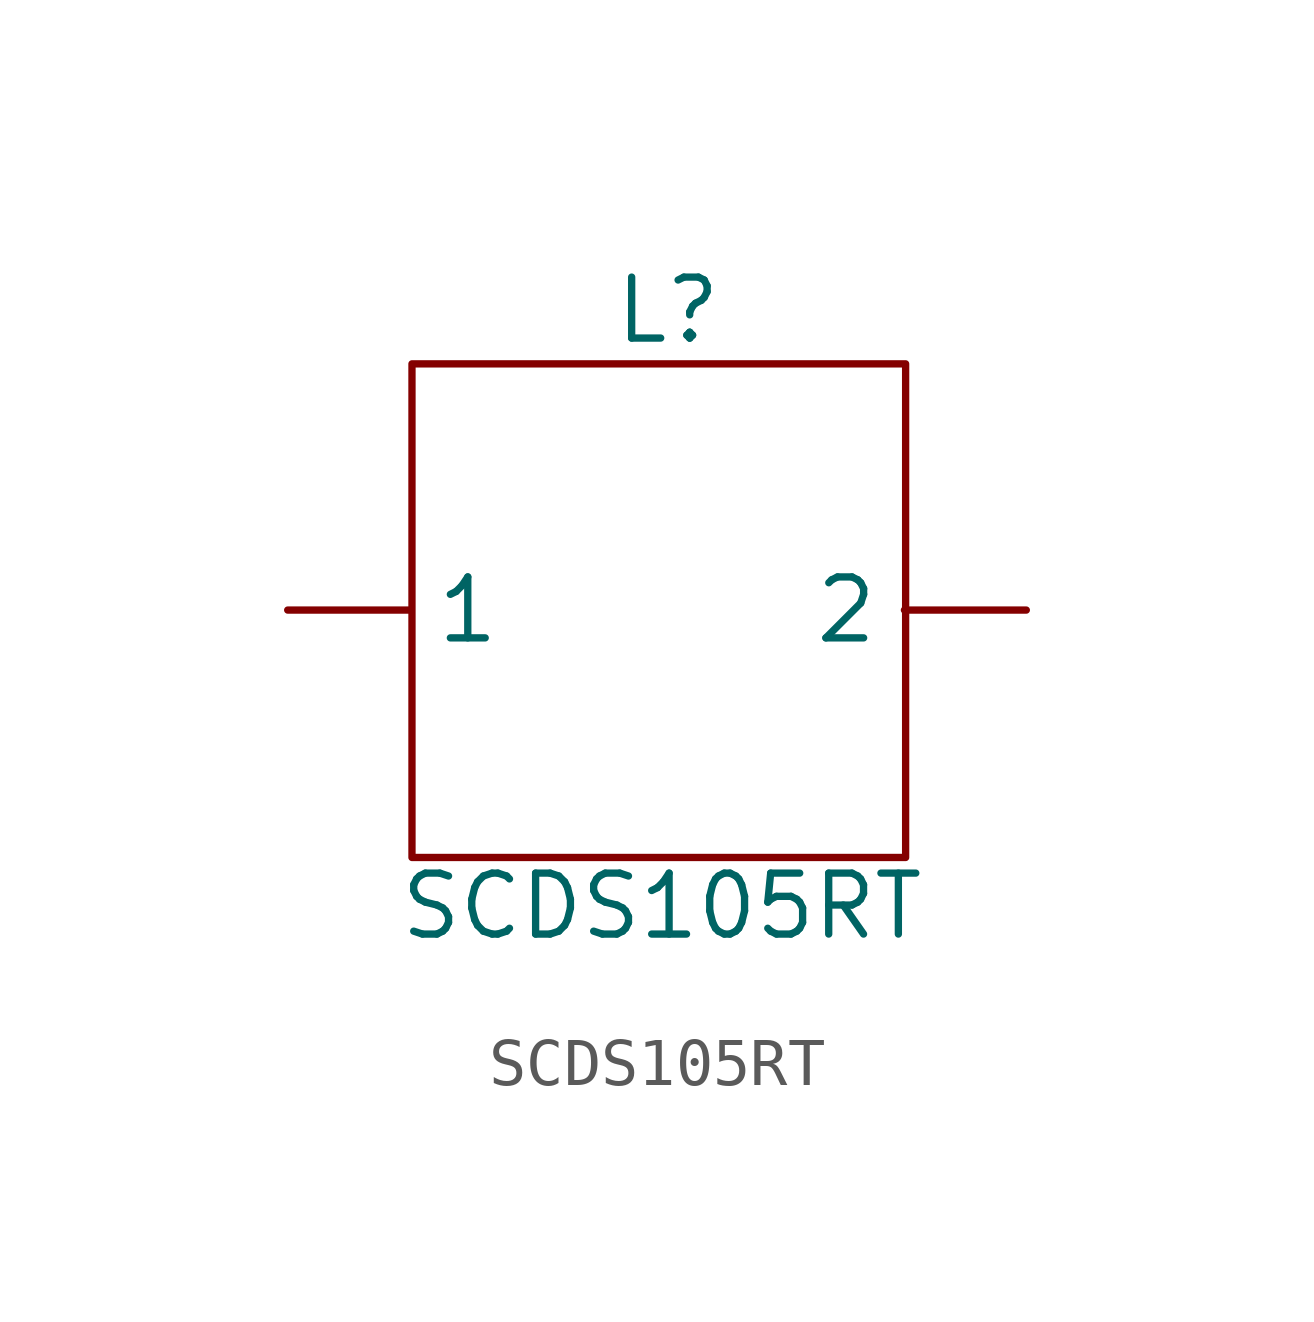
<source format=kicad_sym>
(kicad_symbol_lib
  (version 20211014)
  (generator kicad_symbol_editor)
  (symbol "SCDS105RT"
    (property "Reference" "L"
      (at 0.152 6.248 0)
      (effects (font (size 1.27 1.27))))
    (property "Value" "SCDS105RT"
      (at 0.025 -6.172 0)
      (effects (font (size 1.27 1.27))))
    (symbol "SCDS105RT_0_1"
      (rectangle (start -5.182 5.131) (end 5.105 -5.156) (stroke (width 0) (type default) (color 0 0 0 0)) (fill (type none))))
    (symbol "SCDS105RT_1_1"
      (pin input line (at -7.772 0 0) (length 2.54) (name "1" (effects (font (size 1.27 1.27)))) (number "" (effects (font (size 1.27 1.27)))))
      (pin input line (at 7.62 0 180) (length 2.54) (name "2" (effects (font (size 1.27 1.27)))) (number "" (effects (font (size 1.27 1.27))))))))
</source>
